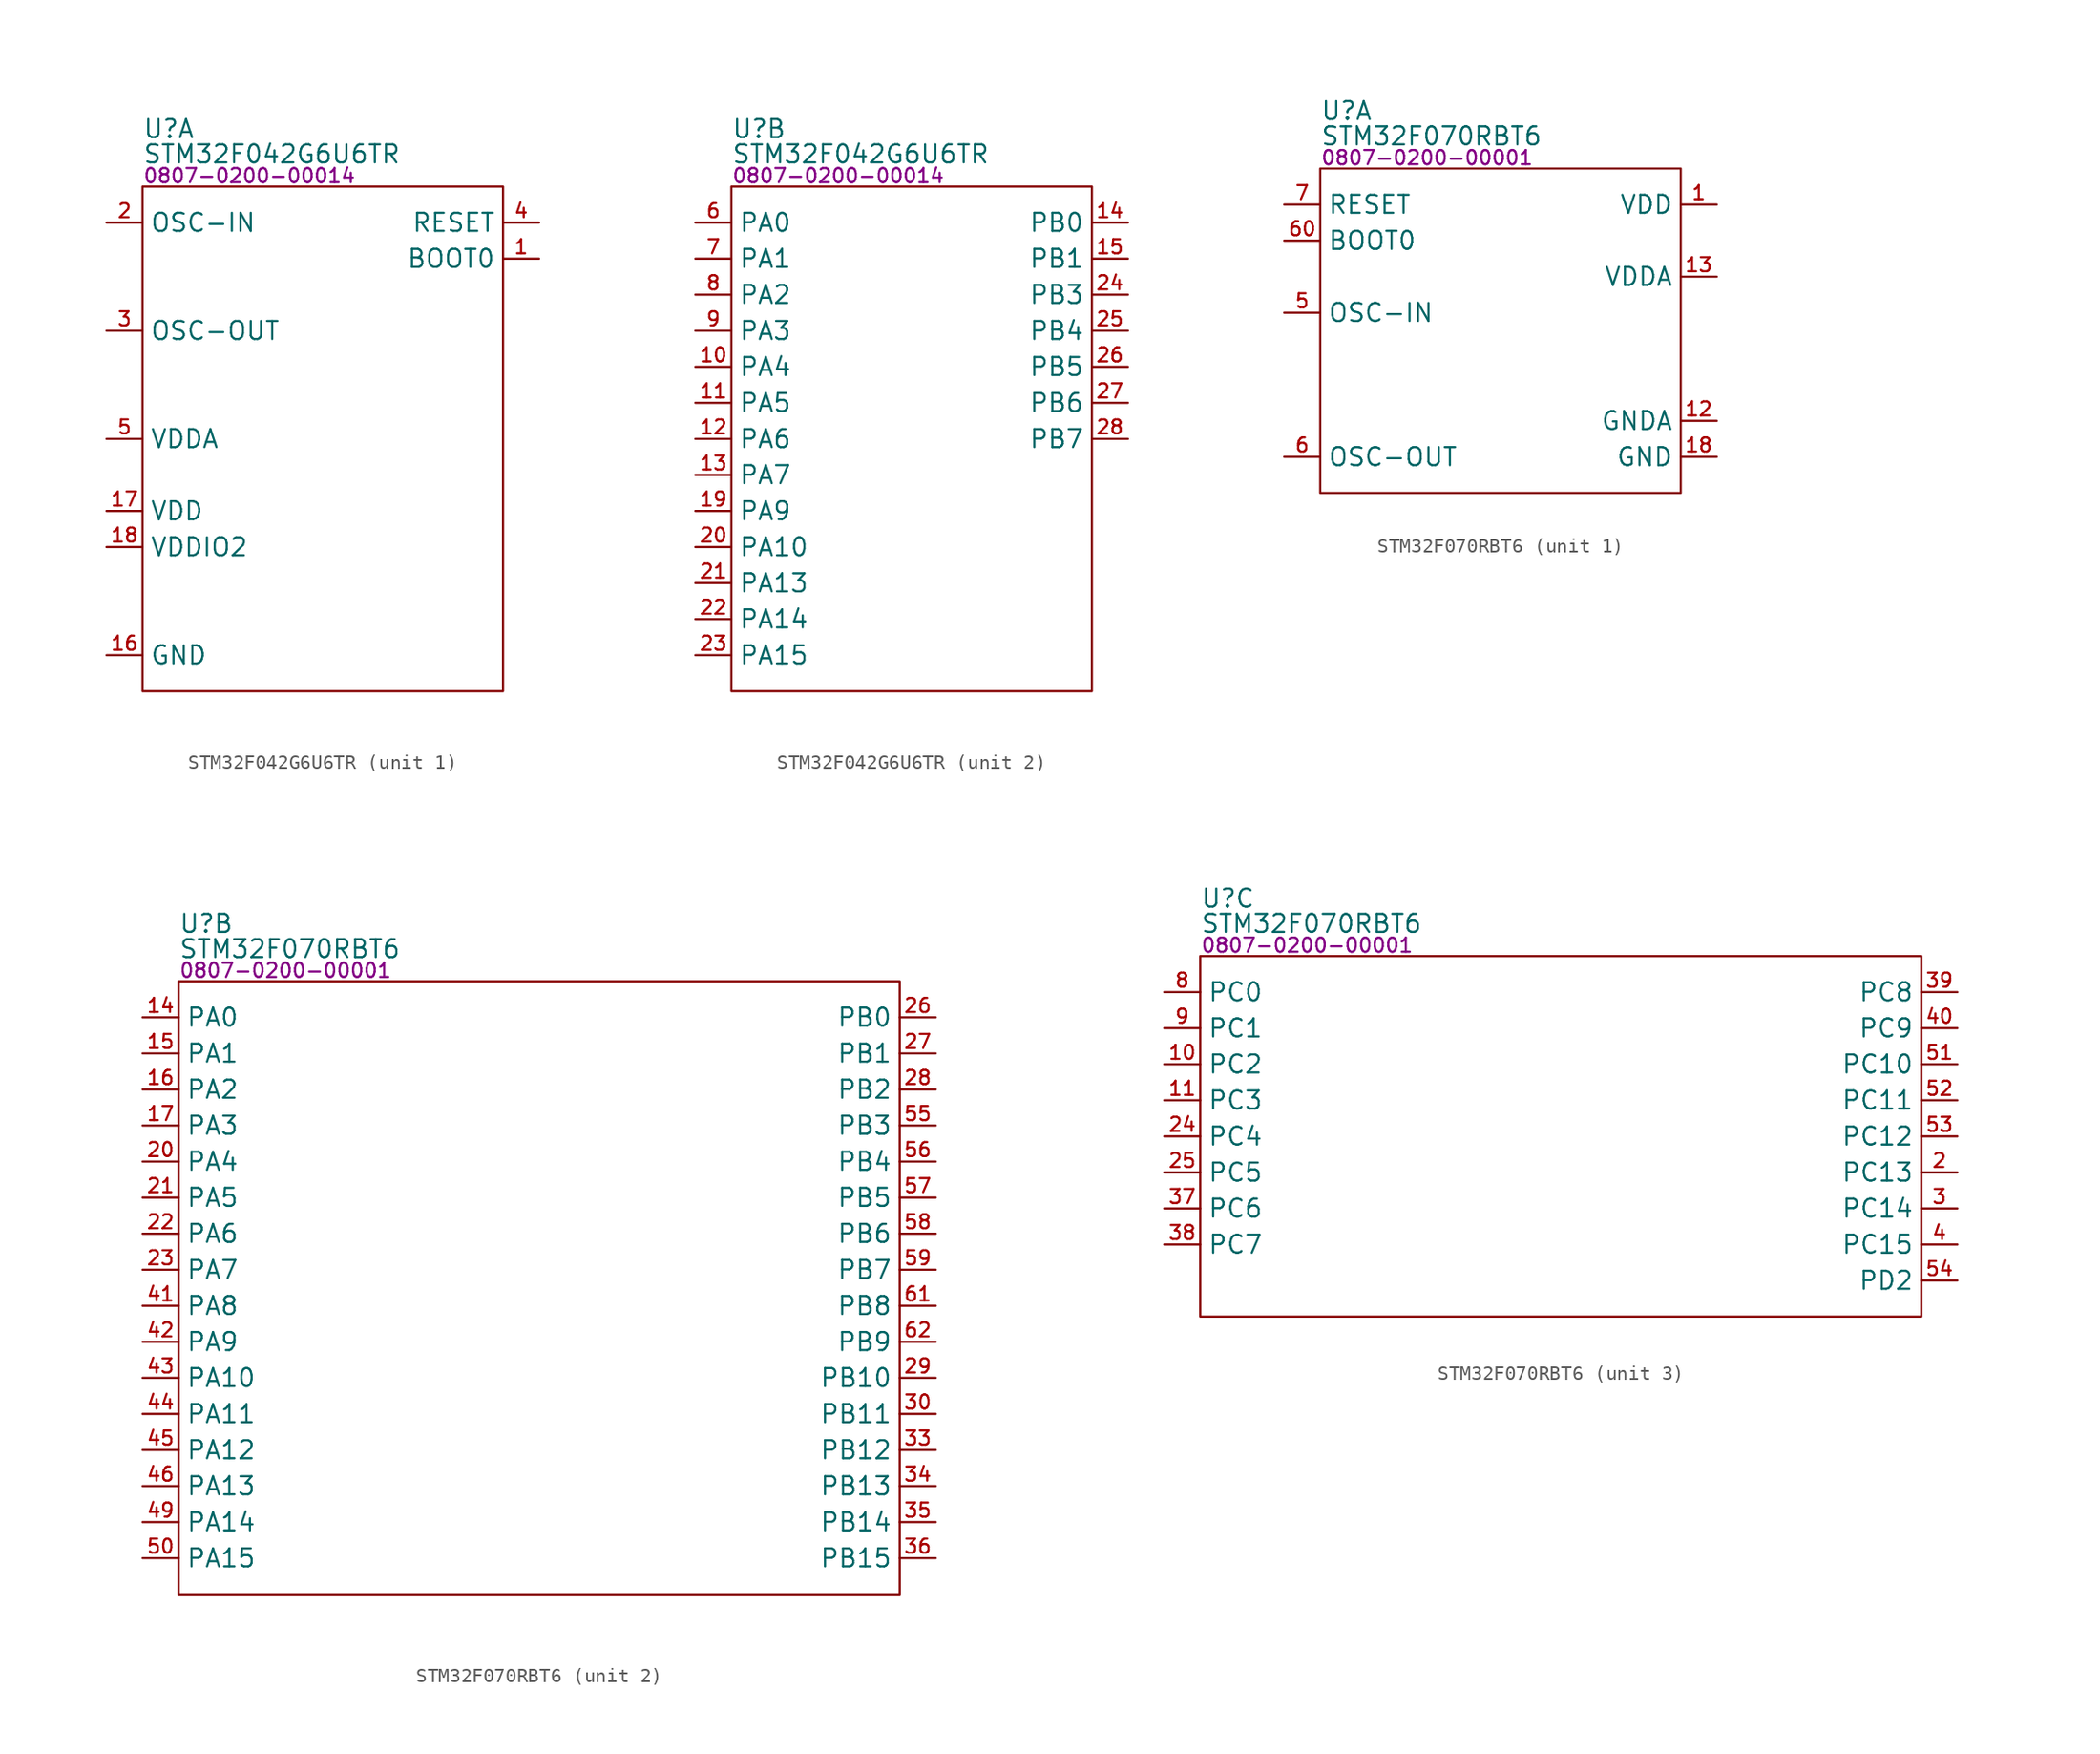
<source format=kicad_sym>
(kicad_symbol_lib
  (version 20231120)
  (generator "kicad_symbol_editor")
  (generator_version "8.0")
  (symbol "STM32F042G6U6TR"
    (property "Reference" "U"
      (at 0 4.064 0)
      (effects (font (size 1.27 1.27)) (justify left)))
    (property "Value" "STM32F042G6U6TR"
      (at 0 2.286 0)
      (effects (font (size 1.27 1.27)) (justify left)))
    (property "PartNumber" "0807-0200-00014"
      (at 0 0.762 0)
      (effects (font (size 1 1)) (justify left)))
    (property "ki_locked" ""
      (at 0 0 0)
      (effects (font (size 1.27 1.27))))
    (symbol "STM32F042G6U6TR_1_0"
      (pin input line (at 27.94 -5.08 180) (length 2.54) (name "BOOT0" (effects (font (size 1.27 1.27)))) (number "1" (effects (font (size 0.991 0.991)))))
      (pin power_in line (at -2.54 -33.02 0) (length 2.54) (name "GND" (effects (font (size 1.27 1.27)))) (number "16" (effects (font (size 0.991 0.991)))))
      (pin power_in line (at -2.54 -22.86 0) (length 2.54) (name "VDD" (effects (font (size 1.27 1.27)))) (number "17" (effects (font (size 0.991 0.991)))))
      (pin power_in line (at -2.54 -25.4 0) (length 2.54) (name "VDDIO2" (effects (font (size 1.27 1.27)))) (number "18" (effects (font (size 0.991 0.991)))))
      (pin input line (at -2.54 -2.54 0) (length 2.54) (name "OSC-IN" (effects (font (size 1.27 1.27)))) (number "2" (effects (font (size 0.991 0.991)))))
      (pin power_in line (at -2.54 -33.02 0) (length 2.54) hide (name "GND" (effects (font (size 1.27 1.27)))) (number "29" (effects (font (size 0.991 0.991)))))
      (pin output line (at -2.54 -10.16 0) (length 2.54) (name "OSC-OUT" (effects (font (size 1.27 1.27)))) (number "3" (effects (font (size 0.991 0.991)))))
      (pin input line (at 27.94 -2.54 180) (length 2.54) (name "RESET" (effects (font (size 1.27 1.27)))) (number "4" (effects (font (size 0.991 0.991)))))
      (pin power_in line (at -2.54 -17.78 0) (length 2.54) (name "VDDA" (effects (font (size 1.27 1.27)))) (number "5" (effects (font (size 0.991 0.991))))))
    (symbol "STM32F042G6U6TR_1_1"
      (rectangle (start 0 0) (end 25.4 -35.56) (stroke (width 0) (type default)) (fill (type none))))
    (symbol "STM32F042G6U6TR_2_0"
      (pin bidirectional line (at -2.54 -12.7 0) (length 2.54) (name "PA4" (effects (font (size 1.27 1.27)))) (number "10" (effects (font (size 0.991 0.991)))))
      (pin bidirectional line (at -2.54 -15.24 0) (length 2.54) (name "PA5" (effects (font (size 1.27 1.27)))) (number "11" (effects (font (size 0.991 0.991)))))
      (pin bidirectional line (at -2.54 -17.78 0) (length 2.54) (name "PA6" (effects (font (size 1.27 1.27)))) (number "12" (effects (font (size 0.991 0.991)))))
      (pin bidirectional line (at -2.54 -20.32 0) (length 2.54) (name "PA7" (effects (font (size 1.27 1.27)))) (number "13" (effects (font (size 0.991 0.991)))))
      (pin bidirectional line (at 27.94 -2.54 180) (length 2.54) (name "PB0" (effects (font (size 1.27 1.27)))) (number "14" (effects (font (size 0.991 0.991)))))
      (pin bidirectional line (at 27.94 -5.08 180) (length 2.54) (name "PB1" (effects (font (size 1.27 1.27)))) (number "15" (effects (font (size 0.991 0.991)))))
      (pin bidirectional line (at -2.54 -22.86 0) (length 2.54) (name "PA9" (effects (font (size 1.27 1.27)))) (number "19" (effects (font (size 0.991 0.991)))))
      (pin bidirectional line (at -2.54 -25.4 0) (length 2.54) (name "PA10" (effects (font (size 1.27 1.27)))) (number "20" (effects (font (size 0.991 0.991)))))
      (pin bidirectional line (at -2.54 -27.94 0) (length 2.54) (name "PA13" (effects (font (size 1.27 1.27)))) (number "21" (effects (font (size 0.991 0.991)))))
      (pin bidirectional line (at -2.54 -30.48 0) (length 2.54) (name "PA14" (effects (font (size 1.27 1.27)))) (number "22" (effects (font (size 0.991 0.991)))))
      (pin bidirectional line (at -2.54 -33.02 0) (length 2.54) (name "PA15" (effects (font (size 1.27 1.27)))) (number "23" (effects (font (size 0.991 0.991)))))
      (pin bidirectional line (at 27.94 -7.62 180) (length 2.54) (name "PB3" (effects (font (size 1.27 1.27)))) (number "24" (effects (font (size 0.991 0.991)))))
      (pin bidirectional line (at 27.94 -10.16 180) (length 2.54) (name "PB4" (effects (font (size 1.27 1.27)))) (number "25" (effects (font (size 0.991 0.991)))))
      (pin bidirectional line (at 27.94 -12.7 180) (length 2.54) (name "PB5" (effects (font (size 1.27 1.27)))) (number "26" (effects (font (size 0.991 0.991)))))
      (pin bidirectional line (at 27.94 -15.24 180) (length 2.54) (name "PB6" (effects (font (size 1.27 1.27)))) (number "27" (effects (font (size 0.991 0.991)))))
      (pin bidirectional line (at 27.94 -17.78 180) (length 2.54) (name "PB7" (effects (font (size 1.27 1.27)))) (number "28" (effects (font (size 0.991 0.991)))))
      (pin bidirectional line (at -2.54 -2.54 0) (length 2.54) (name "PA0" (effects (font (size 1.27 1.27)))) (number "6" (effects (font (size 0.991 0.991)))))
      (pin bidirectional line (at -2.54 -5.08 0) (length 2.54) (name "PA1" (effects (font (size 1.27 1.27)))) (number "7" (effects (font (size 0.991 0.991)))))
      (pin bidirectional line (at -2.54 -7.62 0) (length 2.54) (name "PA2" (effects (font (size 1.27 1.27)))) (number "8" (effects (font (size 0.991 0.991)))))
      (pin bidirectional line (at -2.54 -10.16 0) (length 2.54) (name "PA3" (effects (font (size 1.27 1.27)))) (number "9" (effects (font (size 0.991 0.991))))))
    (symbol "STM32F042G6U6TR_2_1"
      (rectangle (start 0 0) (end 25.4 -35.56) (stroke (width 0) (type default)) (fill (type none)))))
  (symbol "STM32F070RBT6"
    (property "Reference" "U"
      (at 0 4.064 0)
      (effects (font (size 1.27 1.27)) (justify left)))
    (property "Value" "STM32F070RBT6"
      (at 0 2.286 0)
      (effects (font (size 1.27 1.27)) (justify left)))
    (property "PartNumber" "0807-0200-00001"
      (at 0 0.762 0)
      (effects (font (size 1 1)) (justify left)))
    (property "ki_locked" ""
      (at 0 0 0)
      (effects (font (size 1.27 1.27))))
    (symbol "STM32F070RBT6_1_0"
      (pin power_in line (at 27.94 -2.54 180) (length 2.54) (name "VDD" (effects (font (size 1.27 1.27)))) (number "1" (effects (font (size 0.991 0.991)))))
      (pin power_in line (at 27.94 -17.78 180) (length 2.54) (name "GNDA" (effects (font (size 1.27 1.27)))) (number "12" (effects (font (size 0.991 0.991)))))
      (pin power_in line (at 27.94 -7.62 180) (length 2.54) (name "VDDA" (effects (font (size 1.27 1.27)))) (number "13" (effects (font (size 0.991 0.991)))))
      (pin power_in line (at 27.94 -20.32 180) (length 2.54) (name "GND" (effects (font (size 1.27 1.27)))) (number "18" (effects (font (size 0.991 0.991)))))
      (pin power_in line (at 27.94 -2.54 180) (length 2.54) hide (name "VDD" (effects (font (size 1.27 1.27)))) (number "19" (effects (font (size 0.991 0.991)))))
      (pin power_in line (at 27.94 -20.32 180) (length 2.54) hide (name "GND" (effects (font (size 1.27 1.27)))) (number "31" (effects (font (size 0.991 0.991)))))
      (pin power_in line (at 27.94 -2.54 180) (length 2.54) hide (name "VDD" (effects (font (size 1.27 1.27)))) (number "32" (effects (font (size 0.991 0.991)))))
      (pin power_in line (at 27.94 -20.32 180) (length 2.54) hide (name "GND" (effects (font (size 1.27 1.27)))) (number "47" (effects (font (size 0.991 0.991)))))
      (pin power_in line (at 27.94 -2.54 180) (length 2.54) hide (name "VDD" (effects (font (size 1.27 1.27)))) (number "48" (effects (font (size 0.991 0.991)))))
      (pin input line (at -2.54 -10.16 0) (length 2.54) (name "OSC-IN" (effects (font (size 1.27 1.27)))) (number "5" (effects (font (size 0.991 0.991)))))
      (pin output line (at -2.54 -20.32 0) (length 2.54) (name "OSC-OUT" (effects (font (size 1.27 1.27)))) (number "6" (effects (font (size 0.991 0.991)))))
      (pin input line (at -2.54 -5.08 0) (length 2.54) (name "BOOT0" (effects (font (size 1.27 1.27)))) (number "60" (effects (font (size 0.991 0.991)))))
      (pin power_in line (at 27.94 -20.32 180) (length 2.54) hide (name "GND" (effects (font (size 1.27 1.27)))) (number "63" (effects (font (size 0.991 0.991)))))
      (pin power_in line (at 27.94 -2.54 180) (length 2.54) hide (name "VDD" (effects (font (size 1.27 1.27)))) (number "64" (effects (font (size 0.991 0.991)))))
      (pin input line (at -2.54 -2.54 0) (length 2.54) (name "RESET" (effects (font (size 1.27 1.27)))) (number "7" (effects (font (size 0.991 0.991))))))
    (symbol "STM32F070RBT6_1_1"
      (rectangle (start 0 0) (end 25.4 -22.86) (stroke (width 0) (type default)) (fill (type none))))
    (symbol "STM32F070RBT6_2_0"
      (pin bidirectional line (at -2.54 -2.54 0) (length 2.54) (name "PA0" (effects (font (size 1.27 1.27)))) (number "14" (effects (font (size 0.991 0.991)))))
      (pin bidirectional line (at -2.54 -5.08 0) (length 2.54) (name "PA1" (effects (font (size 1.27 1.27)))) (number "15" (effects (font (size 0.991 0.991)))))
      (pin bidirectional line (at -2.54 -7.62 0) (length 2.54) (name "PA2" (effects (font (size 1.27 1.27)))) (number "16" (effects (font (size 0.991 0.991)))))
      (pin bidirectional line (at -2.54 -10.16 0) (length 2.54) (name "PA3" (effects (font (size 1.27 1.27)))) (number "17" (effects (font (size 0.991 0.991)))))
      (pin bidirectional line (at -2.54 -12.7 0) (length 2.54) (name "PA4" (effects (font (size 1.27 1.27)))) (number "20" (effects (font (size 0.991 0.991)))))
      (pin bidirectional line (at -2.54 -15.24 0) (length 2.54) (name "PA5" (effects (font (size 1.27 1.27)))) (number "21" (effects (font (size 0.991 0.991)))))
      (pin bidirectional line (at -2.54 -17.78 0) (length 2.54) (name "PA6" (effects (font (size 1.27 1.27)))) (number "22" (effects (font (size 0.991 0.991)))))
      (pin bidirectional line (at -2.54 -20.32 0) (length 2.54) (name "PA7" (effects (font (size 1.27 1.27)))) (number "23" (effects (font (size 0.991 0.991)))))
      (pin bidirectional line (at 53.34 -2.54 180) (length 2.54) (name "PB0" (effects (font (size 1.27 1.27)))) (number "26" (effects (font (size 0.991 0.991)))))
      (pin bidirectional line (at 53.34 -5.08 180) (length 2.54) (name "PB1" (effects (font (size 1.27 1.27)))) (number "27" (effects (font (size 0.991 0.991)))))
      (pin bidirectional line (at 53.34 -7.62 180) (length 2.54) (name "PB2" (effects (font (size 1.27 1.27)))) (number "28" (effects (font (size 0.991 0.991)))))
      (pin bidirectional line (at 53.34 -27.94 180) (length 2.54) (name "PB10" (effects (font (size 1.27 1.27)))) (number "29" (effects (font (size 0.991 0.991)))))
      (pin bidirectional line (at 53.34 -30.48 180) (length 2.54) (name "PB11" (effects (font (size 1.27 1.27)))) (number "30" (effects (font (size 0.991 0.991)))))
      (pin bidirectional line (at 53.34 -33.02 180) (length 2.54) (name "PB12" (effects (font (size 1.27 1.27)))) (number "33" (effects (font (size 0.991 0.991)))))
      (pin bidirectional line (at 53.34 -35.56 180) (length 2.54) (name "PB13" (effects (font (size 1.27 1.27)))) (number "34" (effects (font (size 0.991 0.991)))))
      (pin bidirectional line (at 53.34 -38.1 180) (length 2.54) (name "PB14" (effects (font (size 1.27 1.27)))) (number "35" (effects (font (size 0.991 0.991)))))
      (pin bidirectional line (at 53.34 -40.64 180) (length 2.54) (name "PB15" (effects (font (size 1.27 1.27)))) (number "36" (effects (font (size 0.991 0.991)))))
      (pin bidirectional line (at -2.54 -22.86 0) (length 2.54) (name "PA8" (effects (font (size 1.27 1.27)))) (number "41" (effects (font (size 0.991 0.991)))))
      (pin bidirectional line (at -2.54 -25.4 0) (length 2.54) (name "PA9" (effects (font (size 1.27 1.27)))) (number "42" (effects (font (size 0.991 0.991)))))
      (pin bidirectional line (at -2.54 -27.94 0) (length 2.54) (name "PA10" (effects (font (size 1.27 1.27)))) (number "43" (effects (font (size 0.991 0.991)))))
      (pin bidirectional line (at -2.54 -30.48 0) (length 2.54) (name "PA11" (effects (font (size 1.27 1.27)))) (number "44" (effects (font (size 0.991 0.991)))))
      (pin bidirectional line (at -2.54 -33.02 0) (length 2.54) (name "PA12" (effects (font (size 1.27 1.27)))) (number "45" (effects (font (size 0.991 0.991)))))
      (pin bidirectional line (at -2.54 -35.56 0) (length 2.54) (name "PA13" (effects (font (size 1.27 1.27)))) (number "46" (effects (font (size 0.991 0.991)))))
      (pin bidirectional line (at -2.54 -38.1 0) (length 2.54) (name "PA14" (effects (font (size 1.27 1.27)))) (number "49" (effects (font (size 0.991 0.991)))))
      (pin bidirectional line (at -2.54 -40.64 0) (length 2.54) (name "PA15" (effects (font (size 1.27 1.27)))) (number "50" (effects (font (size 0.991 0.991)))))
      (pin bidirectional line (at 53.34 -10.16 180) (length 2.54) (name "PB3" (effects (font (size 1.27 1.27)))) (number "55" (effects (font (size 0.991 0.991)))))
      (pin bidirectional line (at 53.34 -12.7 180) (length 2.54) (name "PB4" (effects (font (size 1.27 1.27)))) (number "56" (effects (font (size 0.991 0.991)))))
      (pin bidirectional line (at 53.34 -15.24 180) (length 2.54) (name "PB5" (effects (font (size 1.27 1.27)))) (number "57" (effects (font (size 0.991 0.991)))))
      (pin bidirectional line (at 53.34 -17.78 180) (length 2.54) (name "PB6" (effects (font (size 1.27 1.27)))) (number "58" (effects (font (size 0.991 0.991)))))
      (pin bidirectional line (at 53.34 -20.32 180) (length 2.54) (name "PB7" (effects (font (size 1.27 1.27)))) (number "59" (effects (font (size 0.991 0.991)))))
      (pin bidirectional line (at 53.34 -22.86 180) (length 2.54) (name "PB8" (effects (font (size 1.27 1.27)))) (number "61" (effects (font (size 0.991 0.991)))))
      (pin bidirectional line (at 53.34 -25.4 180) (length 2.54) (name "PB9" (effects (font (size 1.27 1.27)))) (number "62" (effects (font (size 0.991 0.991))))))
    (symbol "STM32F070RBT6_2_1"
      (rectangle (start 0 0) (end 50.8 -43.18) (stroke (width 0) (type default)) (fill (type none))))
    (symbol "STM32F070RBT6_3_0"
      (pin bidirectional line (at -2.54 -7.62 0) (length 2.54) (name "PC2" (effects (font (size 1.27 1.27)))) (number "10" (effects (font (size 0.991 0.991)))))
      (pin bidirectional line (at -2.54 -10.16 0) (length 2.54) (name "PC3" (effects (font (size 1.27 1.27)))) (number "11" (effects (font (size 0.991 0.991)))))
      (pin bidirectional line (at 53.34 -15.24 180) (length 2.54) (name "PC13" (effects (font (size 1.27 1.27)))) (number "2" (effects (font (size 0.991 0.991)))))
      (pin bidirectional line (at -2.54 -12.7 0) (length 2.54) (name "PC4" (effects (font (size 1.27 1.27)))) (number "24" (effects (font (size 0.991 0.991)))))
      (pin bidirectional line (at -2.54 -15.24 0) (length 2.54) (name "PC5" (effects (font (size 1.27 1.27)))) (number "25" (effects (font (size 0.991 0.991)))))
      (pin bidirectional line (at 53.34 -17.78 180) (length 2.54) (name "PC14" (effects (font (size 1.27 1.27)))) (number "3" (effects (font (size 0.991 0.991)))))
      (pin bidirectional line (at -2.54 -17.78 0) (length 2.54) (name "PC6" (effects (font (size 1.27 1.27)))) (number "37" (effects (font (size 0.991 0.991)))))
      (pin bidirectional line (at -2.54 -20.32 0) (length 2.54) (name "PC7" (effects (font (size 1.27 1.27)))) (number "38" (effects (font (size 0.991 0.991)))))
      (pin bidirectional line (at 53.34 -2.54 180) (length 2.54) (name "PC8" (effects (font (size 1.27 1.27)))) (number "39" (effects (font (size 0.991 0.991)))))
      (pin bidirectional line (at 53.34 -20.32 180) (length 2.54) (name "PC15" (effects (font (size 1.27 1.27)))) (number "4" (effects (font (size 0.991 0.991)))))
      (pin bidirectional line (at 53.34 -5.08 180) (length 2.54) (name "PC9" (effects (font (size 1.27 1.27)))) (number "40" (effects (font (size 0.991 0.991)))))
      (pin bidirectional line (at 53.34 -7.62 180) (length 2.54) (name "PC10" (effects (font (size 1.27 1.27)))) (number "51" (effects (font (size 0.991 0.991)))))
      (pin bidirectional line (at 53.34 -10.16 180) (length 2.54) (name "PC11" (effects (font (size 1.27 1.27)))) (number "52" (effects (font (size 0.991 0.991)))))
      (pin bidirectional line (at 53.34 -12.7 180) (length 2.54) (name "PC12" (effects (font (size 1.27 1.27)))) (number "53" (effects (font (size 0.991 0.991)))))
      (pin bidirectional line (at 53.34 -22.86 180) (length 2.54) (name "PD2" (effects (font (size 1.27 1.27)))) (number "54" (effects (font (size 0.991 0.991)))))
      (pin bidirectional line (at -2.54 -2.54 0) (length 2.54) (name "PC0" (effects (font (size 1.27 1.27)))) (number "8" (effects (font (size 0.991 0.991)))))
      (pin bidirectional line (at -2.54 -5.08 0) (length 2.54) (name "PC1" (effects (font (size 1.27 1.27)))) (number "9" (effects (font (size 0.991 0.991))))))
    (symbol "STM32F070RBT6_3_1"
      (rectangle (start 0 0) (end 50.8 -25.4) (stroke (width 0) (type default)) (fill (type none))))))
</source>
